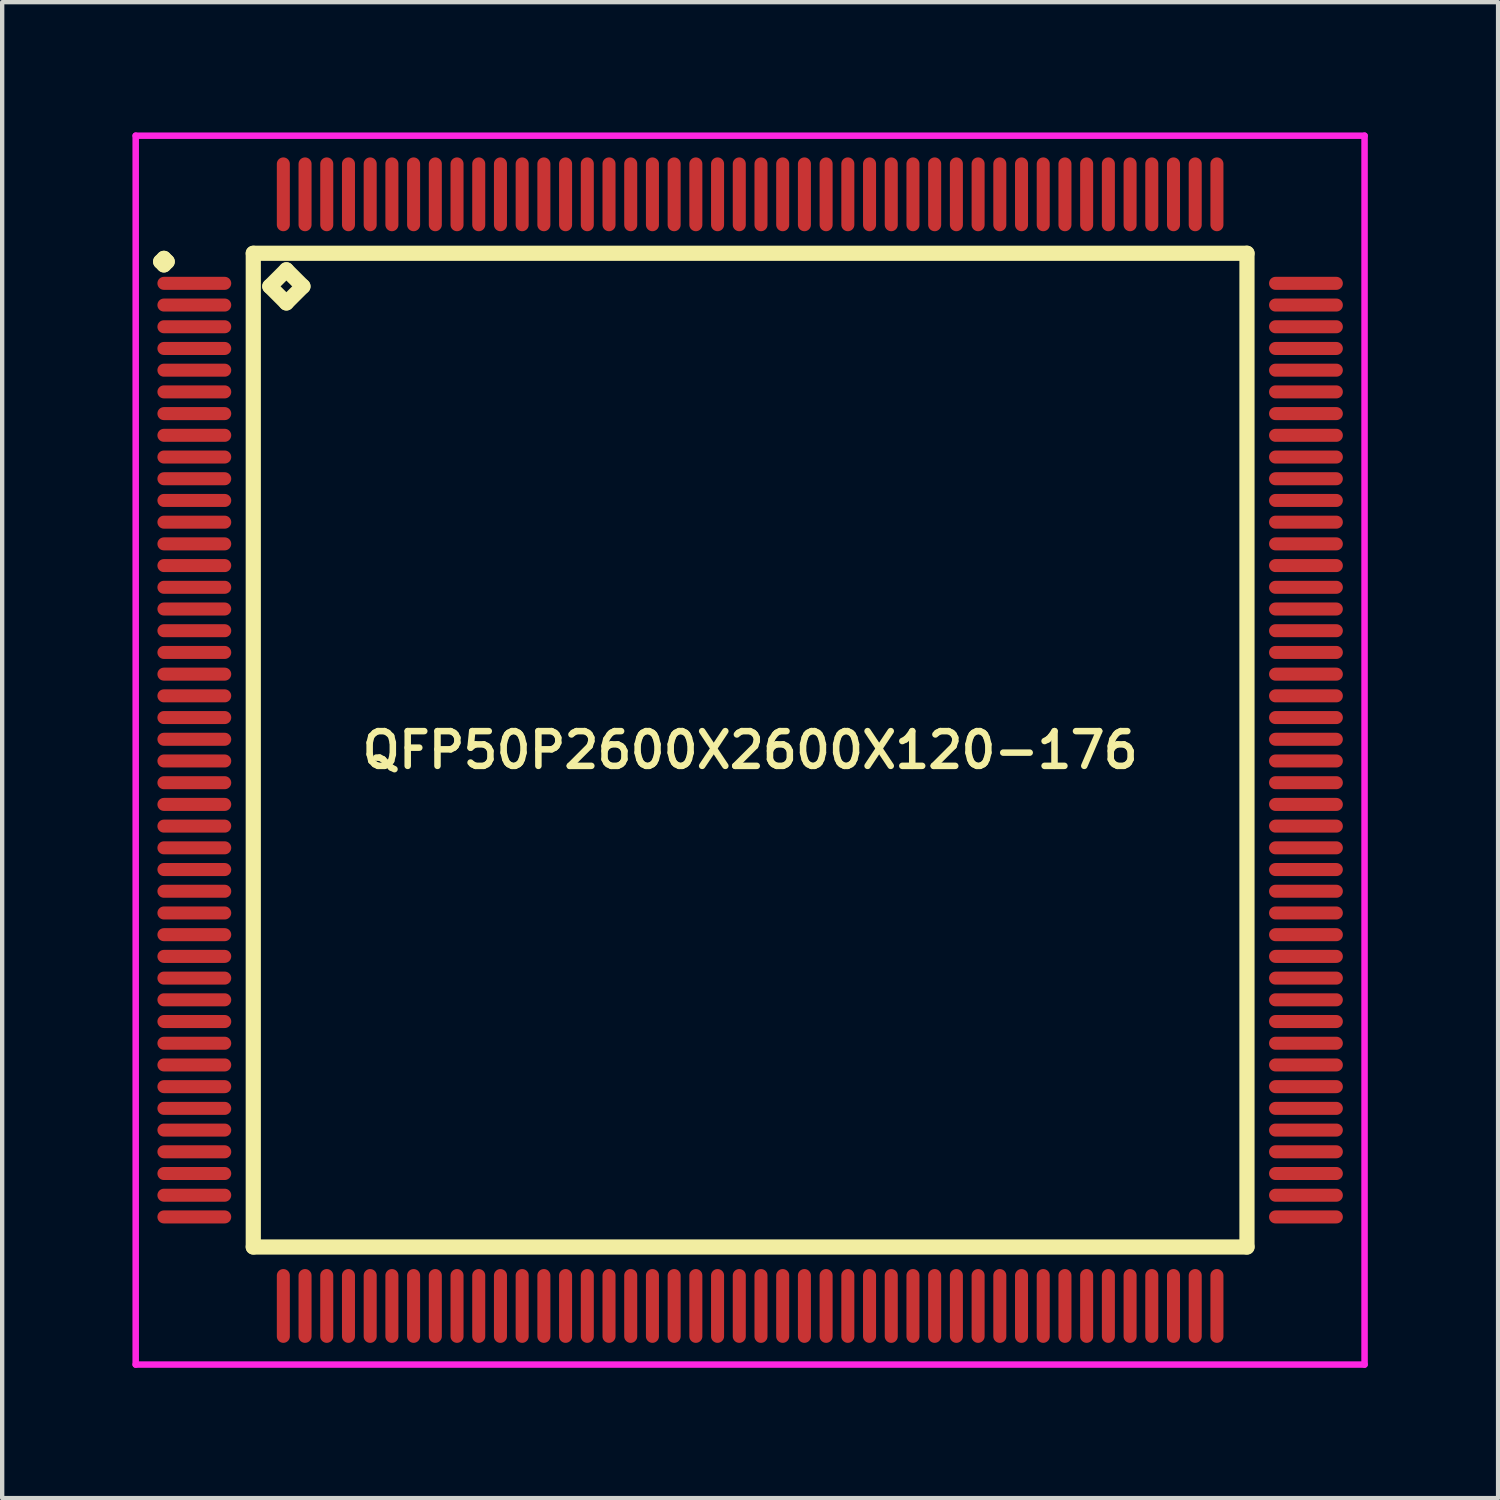
<source format=kicad_pcb>
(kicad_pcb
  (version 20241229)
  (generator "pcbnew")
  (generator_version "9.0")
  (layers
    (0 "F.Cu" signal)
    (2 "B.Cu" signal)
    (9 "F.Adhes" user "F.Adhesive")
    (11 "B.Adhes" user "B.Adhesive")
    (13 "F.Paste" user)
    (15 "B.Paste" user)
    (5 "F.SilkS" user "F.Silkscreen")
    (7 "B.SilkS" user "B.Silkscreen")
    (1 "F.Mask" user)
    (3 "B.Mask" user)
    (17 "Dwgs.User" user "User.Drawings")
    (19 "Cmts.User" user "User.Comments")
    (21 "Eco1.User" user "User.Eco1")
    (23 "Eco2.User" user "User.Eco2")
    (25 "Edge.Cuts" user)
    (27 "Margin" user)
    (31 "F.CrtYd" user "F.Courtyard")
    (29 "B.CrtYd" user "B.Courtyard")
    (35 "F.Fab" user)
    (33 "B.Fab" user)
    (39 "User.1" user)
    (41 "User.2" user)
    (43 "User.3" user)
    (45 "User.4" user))
  (footprint "QFP50P2600X2600X120-176"
    (layer "F.Cu")
    (at 14.225 14.225)
    (property "Reference" "QFP50P2600X2600X120-176" (at 0 0 0) (layer "F.SilkS") (effects (font (size 0.8 0.8) (thickness 0.15))))
    (attr smd)
    (fp_line (start -13.575 -11.25) (end -13.5 -11.325) (stroke (width 0.35) (type solid)) (layer "F.SilkS"))
    (fp_line (start -13.5 -11.325) (end -13.425 -11.25) (stroke (width 0.35) (type solid)) (layer "F.SilkS"))
    (fp_line (start -13.5 -11.175) (end -13.575 -11.25) (stroke (width 0.35) (type solid)) (layer "F.SilkS"))
    (fp_line (start -13.425 -11.25) (end -13.5 -11.175) (stroke (width 0.35) (type solid)) (layer "F.SilkS"))
    (fp_line (start -11.442 -11.442) (end -11.442 11.442) (stroke (width 0.35) (type solid)) (layer "F.SilkS"))
    (fp_line (start -11.442 11.442) (end 11.442 11.442) (stroke (width 0.35) (type solid)) (layer "F.SilkS"))
    (fp_line (start -11.061 -10.68) (end -10.68 -11.061) (stroke (width 0.35) (type solid)) (layer "F.SilkS"))
    (fp_line (start -10.68 -11.061) (end -10.299 -10.68) (stroke (width 0.35) (type solid)) (layer "F.SilkS"))
    (fp_line (start -10.68 -10.299) (end -11.061 -10.68) (stroke (width 0.35) (type solid)) (layer "F.SilkS"))
    (fp_line (start -10.299 -10.68) (end -10.68 -10.299) (stroke (width 0.35) (type solid)) (layer "F.SilkS"))
    (fp_line (start 11.442 -11.442) (end -11.442 -11.442) (stroke (width 0.35) (type solid)) (layer "F.SilkS"))
    (fp_line (start 11.442 11.442) (end 11.442 -11.442) (stroke (width 0.35) (type solid)) (layer "F.SilkS"))
    (fp_line (start -14.15 -14.15) (end 14.15 -14.15) (stroke (width 0.15) (type solid)) (layer "F.CrtYd"))
    (fp_line (start -14.15 14.15) (end -14.15 -14.15) (stroke (width 0.15) (type solid)) (layer "F.CrtYd"))
    (fp_line (start 14.15 -14.15) (end 14.15 14.15) (stroke (width 0.15) (type solid)) (layer "F.CrtYd"))
    (fp_line (start 14.15 14.15) (end -14.15 14.15) (stroke (width 0.15) (type solid)) (layer "F.CrtYd"))
    (pad "1" smd oval (at -12.8 -10.75) (size 1.7 0.3) (layers "F.Cu" "F.Mask" "F.Paste"))
    (pad "2" smd oval (at -12.8 -10.25) (size 1.7 0.3) (layers "F.Cu" "F.Mask" "F.Paste"))
    (pad "3" smd oval (at -12.8 -9.75) (size 1.7 0.3) (layers "F.Cu" "F.Mask" "F.Paste"))
    (pad "4" smd oval (at -12.8 -9.25) (size 1.7 0.3) (layers "F.Cu" "F.Mask" "F.Paste"))
    (pad "5" smd oval (at -12.8 -8.75) (size 1.7 0.3) (layers "F.Cu" "F.Mask" "F.Paste"))
    (pad "6" smd oval (at -12.8 -8.25) (size 1.7 0.3) (layers "F.Cu" "F.Mask" "F.Paste"))
    (pad "7" smd oval (at -12.8 -7.75) (size 1.7 0.3) (layers "F.Cu" "F.Mask" "F.Paste"))
    (pad "8" smd oval (at -12.8 -7.25) (size 1.7 0.3) (layers "F.Cu" "F.Mask" "F.Paste"))
    (pad "9" smd oval (at -12.8 -6.75) (size 1.7 0.3) (layers "F.Cu" "F.Mask" "F.Paste"))
    (pad "10" smd oval (at -12.8 -6.25) (size 1.7 0.3) (layers "F.Cu" "F.Mask" "F.Paste"))
    (pad "11" smd oval (at -12.8 -5.75) (size 1.7 0.3) (layers "F.Cu" "F.Mask" "F.Paste"))
    (pad "12" smd oval (at -12.8 -5.25) (size 1.7 0.3) (layers "F.Cu" "F.Mask" "F.Paste"))
    (pad "13" smd oval (at -12.8 -4.75) (size 1.7 0.3) (layers "F.Cu" "F.Mask" "F.Paste"))
    (pad "14" smd oval (at -12.8 -4.25) (size 1.7 0.3) (layers "F.Cu" "F.Mask" "F.Paste"))
    (pad "15" smd oval (at -12.8 -3.75) (size 1.7 0.3) (layers "F.Cu" "F.Mask" "F.Paste"))
    (pad "16" smd oval (at -12.8 -3.25) (size 1.7 0.3) (layers "F.Cu" "F.Mask" "F.Paste"))
    (pad "17" smd oval (at -12.8 -2.75) (size 1.7 0.3) (layers "F.Cu" "F.Mask" "F.Paste"))
    (pad "18" smd oval (at -12.8 -2.25) (size 1.7 0.3) (layers "F.Cu" "F.Mask" "F.Paste"))
    (pad "19" smd oval (at -12.8 -1.75) (size 1.7 0.3) (layers "F.Cu" "F.Mask" "F.Paste"))
    (pad "20" smd oval (at -12.8 -1.25) (size 1.7 0.3) (layers "F.Cu" "F.Mask" "F.Paste"))
    (pad "21" smd oval (at -12.8 -0.75) (size 1.7 0.3) (layers "F.Cu" "F.Mask" "F.Paste"))
    (pad "22" smd oval (at -12.8 -0.25) (size 1.7 0.3) (layers "F.Cu" "F.Mask" "F.Paste"))
    (pad "23" smd oval (at -12.8 0.25) (size 1.7 0.3) (layers "F.Cu" "F.Mask" "F.Paste"))
    (pad "24" smd oval (at -12.8 0.75) (size 1.7 0.3) (layers "F.Cu" "F.Mask" "F.Paste"))
    (pad "25" smd oval (at -12.8 1.25) (size 1.7 0.3) (layers "F.Cu" "F.Mask" "F.Paste"))
    (pad "26" smd oval (at -12.8 1.75) (size 1.7 0.3) (layers "F.Cu" "F.Mask" "F.Paste"))
    (pad "27" smd oval (at -12.8 2.25) (size 1.7 0.3) (layers "F.Cu" "F.Mask" "F.Paste"))
    (pad "28" smd oval (at -12.8 2.75) (size 1.7 0.3) (layers "F.Cu" "F.Mask" "F.Paste"))
    (pad "29" smd oval (at -12.8 3.25) (size 1.7 0.3) (layers "F.Cu" "F.Mask" "F.Paste"))
    (pad "30" smd oval (at -12.8 3.75) (size 1.7 0.3) (layers "F.Cu" "F.Mask" "F.Paste"))
    (pad "31" smd oval (at -12.8 4.25) (size 1.7 0.3) (layers "F.Cu" "F.Mask" "F.Paste"))
    (pad "32" smd oval (at -12.8 4.75) (size 1.7 0.3) (layers "F.Cu" "F.Mask" "F.Paste"))
    (pad "33" smd oval (at -12.8 5.25) (size 1.7 0.3) (layers "F.Cu" "F.Mask" "F.Paste"))
    (pad "34" smd oval (at -12.8 5.75) (size 1.7 0.3) (layers "F.Cu" "F.Mask" "F.Paste"))
    (pad "35" smd oval (at -12.8 6.25) (size 1.7 0.3) (layers "F.Cu" "F.Mask" "F.Paste"))
    (pad "36" smd oval (at -12.8 6.75) (size 1.7 0.3) (layers "F.Cu" "F.Mask" "F.Paste"))
    (pad "37" smd oval (at -12.8 7.25) (size 1.7 0.3) (layers "F.Cu" "F.Mask" "F.Paste"))
    (pad "38" smd oval (at -12.8 7.75) (size 1.7 0.3) (layers "F.Cu" "F.Mask" "F.Paste"))
    (pad "39" smd oval (at -12.8 8.25) (size 1.7 0.3) (layers "F.Cu" "F.Mask" "F.Paste"))
    (pad "40" smd oval (at -12.8 8.75) (size 1.7 0.3) (layers "F.Cu" "F.Mask" "F.Paste"))
    (pad "41" smd oval (at -12.8 9.25) (size 1.7 0.3) (layers "F.Cu" "F.Mask" "F.Paste"))
    (pad "42" smd oval (at -12.8 9.75) (size 1.7 0.3) (layers "F.Cu" "F.Mask" "F.Paste"))
    (pad "43" smd oval (at -12.8 10.25) (size 1.7 0.3) (layers "F.Cu" "F.Mask" "F.Paste"))
    (pad "44" smd oval (at -12.8 10.75) (size 1.7 0.3) (layers "F.Cu" "F.Mask" "F.Paste"))
    (pad "45" smd oval (at -10.75 12.8) (size 0.3 1.7) (layers "F.Cu" "F.Mask" "F.Paste"))
    (pad "46" smd oval (at -10.25 12.8) (size 0.3 1.7) (layers "F.Cu" "F.Mask" "F.Paste"))
    (pad "47" smd oval (at -9.75 12.8) (size 0.3 1.7) (layers "F.Cu" "F.Mask" "F.Paste"))
    (pad "48" smd oval (at -9.25 12.8) (size 0.3 1.7) (layers "F.Cu" "F.Mask" "F.Paste"))
    (pad "49" smd oval (at -8.75 12.8) (size 0.3 1.7) (layers "F.Cu" "F.Mask" "F.Paste"))
    (pad "50" smd oval (at -8.25 12.8) (size 0.3 1.7) (layers "F.Cu" "F.Mask" "F.Paste"))
    (pad "51" smd oval (at -7.75 12.8) (size 0.3 1.7) (layers "F.Cu" "F.Mask" "F.Paste"))
    (pad "52" smd oval (at -7.25 12.8) (size 0.3 1.7) (layers "F.Cu" "F.Mask" "F.Paste"))
    (pad "53" smd oval (at -6.75 12.8) (size 0.3 1.7) (layers "F.Cu" "F.Mask" "F.Paste"))
    (pad "54" smd oval (at -6.25 12.8) (size 0.3 1.7) (layers "F.Cu" "F.Mask" "F.Paste"))
    (pad "55" smd oval (at -5.75 12.8) (size 0.3 1.7) (layers "F.Cu" "F.Mask" "F.Paste"))
    (pad "56" smd oval (at -5.25 12.8) (size 0.3 1.7) (layers "F.Cu" "F.Mask" "F.Paste"))
    (pad "57" smd oval (at -4.75 12.8) (size 0.3 1.7) (layers "F.Cu" "F.Mask" "F.Paste"))
    (pad "58" smd oval (at -4.25 12.8) (size 0.3 1.7) (layers "F.Cu" "F.Mask" "F.Paste"))
    (pad "59" smd oval (at -3.75 12.8) (size 0.3 1.7) (layers "F.Cu" "F.Mask" "F.Paste"))
    (pad "60" smd oval (at -3.25 12.8) (size 0.3 1.7) (layers "F.Cu" "F.Mask" "F.Paste"))
    (pad "61" smd oval (at -2.75 12.8) (size 0.3 1.7) (layers "F.Cu" "F.Mask" "F.Paste"))
    (pad "62" smd oval (at -2.25 12.8) (size 0.3 1.7) (layers "F.Cu" "F.Mask" "F.Paste"))
    (pad "63" smd oval (at -1.75 12.8) (size 0.3 1.7) (layers "F.Cu" "F.Mask" "F.Paste"))
    (pad "64" smd oval (at -1.25 12.8) (size 0.3 1.7) (layers "F.Cu" "F.Mask" "F.Paste"))
    (pad "65" smd oval (at -0.75 12.8) (size 0.3 1.7) (layers "F.Cu" "F.Mask" "F.Paste"))
    (pad "66" smd oval (at -0.25 12.8) (size 0.3 1.7) (layers "F.Cu" "F.Mask" "F.Paste"))
    (pad "67" smd oval (at 0.25 12.8) (size 0.3 1.7) (layers "F.Cu" "F.Mask" "F.Paste"))
    (pad "68" smd oval (at 0.75 12.8) (size 0.3 1.7) (layers "F.Cu" "F.Mask" "F.Paste"))
    (pad "69" smd oval (at 1.25 12.8) (size 0.3 1.7) (layers "F.Cu" "F.Mask" "F.Paste"))
    (pad "70" smd oval (at 1.75 12.8) (size 0.3 1.7) (layers "F.Cu" "F.Mask" "F.Paste"))
    (pad "71" smd oval (at 2.25 12.8) (size 0.3 1.7) (layers "F.Cu" "F.Mask" "F.Paste"))
    (pad "72" smd oval (at 2.75 12.8) (size 0.3 1.7) (layers "F.Cu" "F.Mask" "F.Paste"))
    (pad "73" smd oval (at 3.25 12.8) (size 0.3 1.7) (layers "F.Cu" "F.Mask" "F.Paste"))
    (pad "74" smd oval (at 3.75 12.8) (size 0.3 1.7) (layers "F.Cu" "F.Mask" "F.Paste"))
    (pad "75" smd oval (at 4.25 12.8) (size 0.3 1.7) (layers "F.Cu" "F.Mask" "F.Paste"))
    (pad "76" smd oval (at 4.75 12.8) (size 0.3 1.7) (layers "F.Cu" "F.Mask" "F.Paste"))
    (pad "77" smd oval (at 5.25 12.8) (size 0.3 1.7) (layers "F.Cu" "F.Mask" "F.Paste"))
    (pad "78" smd oval (at 5.75 12.8) (size 0.3 1.7) (layers "F.Cu" "F.Mask" "F.Paste"))
    (pad "79" smd oval (at 6.25 12.8) (size 0.3 1.7) (layers "F.Cu" "F.Mask" "F.Paste"))
    (pad "80" smd oval (at 6.75 12.8) (size 0.3 1.7) (layers "F.Cu" "F.Mask" "F.Paste"))
    (pad "81" smd oval (at 7.25 12.8) (size 0.3 1.7) (layers "F.Cu" "F.Mask" "F.Paste"))
    (pad "82" smd oval (at 7.75 12.8) (size 0.3 1.7) (layers "F.Cu" "F.Mask" "F.Paste"))
    (pad "83" smd oval (at 8.25 12.8) (size 0.3 1.7) (layers "F.Cu" "F.Mask" "F.Paste"))
    (pad "84" smd oval (at 8.75 12.8) (size 0.3 1.7) (layers "F.Cu" "F.Mask" "F.Paste"))
    (pad "85" smd oval (at 9.25 12.8) (size 0.3 1.7) (layers "F.Cu" "F.Mask" "F.Paste"))
    (pad "86" smd oval (at 9.75 12.8) (size 0.3 1.7) (layers "F.Cu" "F.Mask" "F.Paste"))
    (pad "87" smd oval (at 10.25 12.8) (size 0.3 1.7) (layers "F.Cu" "F.Mask" "F.Paste"))
    (pad "88" smd oval (at 10.75 12.8) (size 0.3 1.7) (layers "F.Cu" "F.Mask" "F.Paste"))
    (pad "89" smd oval (at 12.8 10.75) (size 1.7 0.3) (layers "F.Cu" "F.Mask" "F.Paste"))
    (pad "90" smd oval (at 12.8 10.25) (size 1.7 0.3) (layers "F.Cu" "F.Mask" "F.Paste"))
    (pad "91" smd oval (at 12.8 9.75) (size 1.7 0.3) (layers "F.Cu" "F.Mask" "F.Paste"))
    (pad "92" smd oval (at 12.8 9.25) (size 1.7 0.3) (layers "F.Cu" "F.Mask" "F.Paste"))
    (pad "93" smd oval (at 12.8 8.75) (size 1.7 0.3) (layers "F.Cu" "F.Mask" "F.Paste"))
    (pad "94" smd oval (at 12.8 8.25) (size 1.7 0.3) (layers "F.Cu" "F.Mask" "F.Paste"))
    (pad "95" smd oval (at 12.8 7.75) (size 1.7 0.3) (layers "F.Cu" "F.Mask" "F.Paste"))
    (pad "96" smd oval (at 12.8 7.25) (size 1.7 0.3) (layers "F.Cu" "F.Mask" "F.Paste"))
    (pad "97" smd oval (at 12.8 6.75) (size 1.7 0.3) (layers "F.Cu" "F.Mask" "F.Paste"))
    (pad "98" smd oval (at 12.8 6.25) (size 1.7 0.3) (layers "F.Cu" "F.Mask" "F.Paste"))
    (pad "99" smd oval (at 12.8 5.75) (size 1.7 0.3) (layers "F.Cu" "F.Mask" "F.Paste"))
    (pad "100" smd oval (at 12.8 5.25) (size 1.7 0.3) (layers "F.Cu" "F.Mask" "F.Paste"))
    (pad "101" smd oval (at 12.8 4.75) (size 1.7 0.3) (layers "F.Cu" "F.Mask" "F.Paste"))
    (pad "102" smd oval (at 12.8 4.25) (size 1.7 0.3) (layers "F.Cu" "F.Mask" "F.Paste"))
    (pad "103" smd oval (at 12.8 3.75) (size 1.7 0.3) (layers "F.Cu" "F.Mask" "F.Paste"))
    (pad "104" smd oval (at 12.8 3.25) (size 1.7 0.3) (layers "F.Cu" "F.Mask" "F.Paste"))
    (pad "105" smd oval (at 12.8 2.75) (size 1.7 0.3) (layers "F.Cu" "F.Mask" "F.Paste"))
    (pad "106" smd oval (at 12.8 2.25) (size 1.7 0.3) (layers "F.Cu" "F.Mask" "F.Paste"))
    (pad "107" smd oval (at 12.8 1.75) (size 1.7 0.3) (layers "F.Cu" "F.Mask" "F.Paste"))
    (pad "108" smd oval (at 12.8 1.25) (size 1.7 0.3) (layers "F.Cu" "F.Mask" "F.Paste"))
    (pad "109" smd oval (at 12.8 0.75) (size 1.7 0.3) (layers "F.Cu" "F.Mask" "F.Paste"))
    (pad "110" smd oval (at 12.8 0.25) (size 1.7 0.3) (layers "F.Cu" "F.Mask" "F.Paste"))
    (pad "111" smd oval (at 12.8 -0.25) (size 1.7 0.3) (layers "F.Cu" "F.Mask" "F.Paste"))
    (pad "112" smd oval (at 12.8 -0.75) (size 1.7 0.3) (layers "F.Cu" "F.Mask" "F.Paste"))
    (pad "113" smd oval (at 12.8 -1.25) (size 1.7 0.3) (layers "F.Cu" "F.Mask" "F.Paste"))
    (pad "114" smd oval (at 12.8 -1.75) (size 1.7 0.3) (layers "F.Cu" "F.Mask" "F.Paste"))
    (pad "115" smd oval (at 12.8 -2.25) (size 1.7 0.3) (layers "F.Cu" "F.Mask" "F.Paste"))
    (pad "116" smd oval (at 12.8 -2.75) (size 1.7 0.3) (layers "F.Cu" "F.Mask" "F.Paste"))
    (pad "117" smd oval (at 12.8 -3.25) (size 1.7 0.3) (layers "F.Cu" "F.Mask" "F.Paste"))
    (pad "118" smd oval (at 12.8 -3.75) (size 1.7 0.3) (layers "F.Cu" "F.Mask" "F.Paste"))
    (pad "119" smd oval (at 12.8 -4.25) (size 1.7 0.3) (layers "F.Cu" "F.Mask" "F.Paste"))
    (pad "120" smd oval (at 12.8 -4.75) (size 1.7 0.3) (layers "F.Cu" "F.Mask" "F.Paste"))
    (pad "121" smd oval (at 12.8 -5.25) (size 1.7 0.3) (layers "F.Cu" "F.Mask" "F.Paste"))
    (pad "122" smd oval (at 12.8 -5.75) (size 1.7 0.3) (layers "F.Cu" "F.Mask" "F.Paste"))
    (pad "123" smd oval (at 12.8 -6.25) (size 1.7 0.3) (layers "F.Cu" "F.Mask" "F.Paste"))
    (pad "124" smd oval (at 12.8 -6.75) (size 1.7 0.3) (layers "F.Cu" "F.Mask" "F.Paste"))
    (pad "125" smd oval (at 12.8 -7.25) (size 1.7 0.3) (layers "F.Cu" "F.Mask" "F.Paste"))
    (pad "126" smd oval (at 12.8 -7.75) (size 1.7 0.3) (layers "F.Cu" "F.Mask" "F.Paste"))
    (pad "127" smd oval (at 12.8 -8.25) (size 1.7 0.3) (layers "F.Cu" "F.Mask" "F.Paste"))
    (pad "128" smd oval (at 12.8 -8.75) (size 1.7 0.3) (layers "F.Cu" "F.Mask" "F.Paste"))
    (pad "129" smd oval (at 12.8 -9.25) (size 1.7 0.3) (layers "F.Cu" "F.Mask" "F.Paste"))
    (pad "130" smd oval (at 12.8 -9.75) (size 1.7 0.3) (layers "F.Cu" "F.Mask" "F.Paste"))
    (pad "131" smd oval (at 12.8 -10.25) (size 1.7 0.3) (layers "F.Cu" "F.Mask" "F.Paste"))
    (pad "132" smd oval (at 12.8 -10.75) (size 1.7 0.3) (layers "F.Cu" "F.Mask" "F.Paste"))
    (pad "133" smd oval (at 10.75 -12.8) (size 0.3 1.7) (layers "F.Cu" "F.Mask" "F.Paste"))
    (pad "134" smd oval (at 10.25 -12.8) (size 0.3 1.7) (layers "F.Cu" "F.Mask" "F.Paste"))
    (pad "135" smd oval (at 9.75 -12.8) (size 0.3 1.7) (layers "F.Cu" "F.Mask" "F.Paste"))
    (pad "136" smd oval (at 9.25 -12.8) (size 0.3 1.7) (layers "F.Cu" "F.Mask" "F.Paste"))
    (pad "137" smd oval (at 8.75 -12.8) (size 0.3 1.7) (layers "F.Cu" "F.Mask" "F.Paste"))
    (pad "138" smd oval (at 8.25 -12.8) (size 0.3 1.7) (layers "F.Cu" "F.Mask" "F.Paste"))
    (pad "139" smd oval (at 7.75 -12.8) (size 0.3 1.7) (layers "F.Cu" "F.Mask" "F.Paste"))
    (pad "140" smd oval (at 7.25 -12.8) (size 0.3 1.7) (layers "F.Cu" "F.Mask" "F.Paste"))
    (pad "141" smd oval (at 6.75 -12.8) (size 0.3 1.7) (layers "F.Cu" "F.Mask" "F.Paste"))
    (pad "142" smd oval (at 6.25 -12.8) (size 0.3 1.7) (layers "F.Cu" "F.Mask" "F.Paste"))
    (pad "143" smd oval (at 5.75 -12.8) (size 0.3 1.7) (layers "F.Cu" "F.Mask" "F.Paste"))
    (pad "144" smd oval (at 5.25 -12.8) (size 0.3 1.7) (layers "F.Cu" "F.Mask" "F.Paste"))
    (pad "145" smd oval (at 4.75 -12.8) (size 0.3 1.7) (layers "F.Cu" "F.Mask" "F.Paste"))
    (pad "146" smd oval (at 4.25 -12.8) (size 0.3 1.7) (layers "F.Cu" "F.Mask" "F.Paste"))
    (pad "147" smd oval (at 3.75 -12.8) (size 0.3 1.7) (layers "F.Cu" "F.Mask" "F.Paste"))
    (pad "148" smd oval (at 3.25 -12.8) (size 0.3 1.7) (layers "F.Cu" "F.Mask" "F.Paste"))
    (pad "149" smd oval (at 2.75 -12.8) (size 0.3 1.7) (layers "F.Cu" "F.Mask" "F.Paste"))
    (pad "150" smd oval (at 2.25 -12.8) (size 0.3 1.7) (layers "F.Cu" "F.Mask" "F.Paste"))
    (pad "151" smd oval (at 1.75 -12.8) (size 0.3 1.7) (layers "F.Cu" "F.Mask" "F.Paste"))
    (pad "152" smd oval (at 1.25 -12.8) (size 0.3 1.7) (layers "F.Cu" "F.Mask" "F.Paste"))
    (pad "153" smd oval (at 0.75 -12.8) (size 0.3 1.7) (layers "F.Cu" "F.Mask" "F.Paste"))
    (pad "154" smd oval (at 0.25 -12.8) (size 0.3 1.7) (layers "F.Cu" "F.Mask" "F.Paste"))
    (pad "155" smd oval (at -0.25 -12.8) (size 0.3 1.7) (layers "F.Cu" "F.Mask" "F.Paste"))
    (pad "156" smd oval (at -0.75 -12.8) (size 0.3 1.7) (layers "F.Cu" "F.Mask" "F.Paste"))
    (pad "157" smd oval (at -1.25 -12.8) (size 0.3 1.7) (layers "F.Cu" "F.Mask" "F.Paste"))
    (pad "158" smd oval (at -1.75 -12.8) (size 0.3 1.7) (layers "F.Cu" "F.Mask" "F.Paste"))
    (pad "159" smd oval (at -2.25 -12.8) (size 0.3 1.7) (layers "F.Cu" "F.Mask" "F.Paste"))
    (pad "160" smd oval (at -2.75 -12.8) (size 0.3 1.7) (layers "F.Cu" "F.Mask" "F.Paste"))
    (pad "161" smd oval (at -3.25 -12.8) (size 0.3 1.7) (layers "F.Cu" "F.Mask" "F.Paste"))
    (pad "162" smd oval (at -3.75 -12.8) (size 0.3 1.7) (layers "F.Cu" "F.Mask" "F.Paste"))
    (pad "163" smd oval (at -4.25 -12.8) (size 0.3 1.7) (layers "F.Cu" "F.Mask" "F.Paste"))
    (pad "164" smd oval (at -4.75 -12.8) (size 0.3 1.7) (layers "F.Cu" "F.Mask" "F.Paste"))
    (pad "165" smd oval (at -5.25 -12.8) (size 0.3 1.7) (layers "F.Cu" "F.Mask" "F.Paste"))
    (pad "166" smd oval (at -5.75 -12.8) (size 0.3 1.7) (layers "F.Cu" "F.Mask" "F.Paste"))
    (pad "167" smd oval (at -6.25 -12.8) (size 0.3 1.7) (layers "F.Cu" "F.Mask" "F.Paste"))
    (pad "168" smd oval (at -6.75 -12.8) (size 0.3 1.7) (layers "F.Cu" "F.Mask" "F.Paste"))
    (pad "169" smd oval (at -7.25 -12.8) (size 0.3 1.7) (layers "F.Cu" "F.Mask" "F.Paste"))
    (pad "170" smd oval (at -7.75 -12.8) (size 0.3 1.7) (layers "F.Cu" "F.Mask" "F.Paste"))
    (pad "171" smd oval (at -8.25 -12.8) (size 0.3 1.7) (layers "F.Cu" "F.Mask" "F.Paste"))
    (pad "172" smd oval (at -8.75 -12.8) (size 0.3 1.7) (layers "F.Cu" "F.Mask" "F.Paste"))
    (pad "173" smd oval (at -9.25 -12.8) (size 0.3 1.7) (layers "F.Cu" "F.Mask" "F.Paste"))
    (pad "174" smd oval (at -9.75 -12.8) (size 0.3 1.7) (layers "F.Cu" "F.Mask" "F.Paste"))
    (pad "175" smd oval (at -10.25 -12.8) (size 0.3 1.7) (layers "F.Cu" "F.Mask" "F.Paste"))
    (pad "176" smd oval (at -10.75 -12.8) (size 0.3 1.7) (layers "F.Cu" "F.Mask" "F.Paste")))
  (gr_rect
    (start -3 -3)
    (end 31.45 31.45)
    (stroke (width 0.1) (type default))
    (fill no)
    (layer "Edge.Cuts")))
</source>
